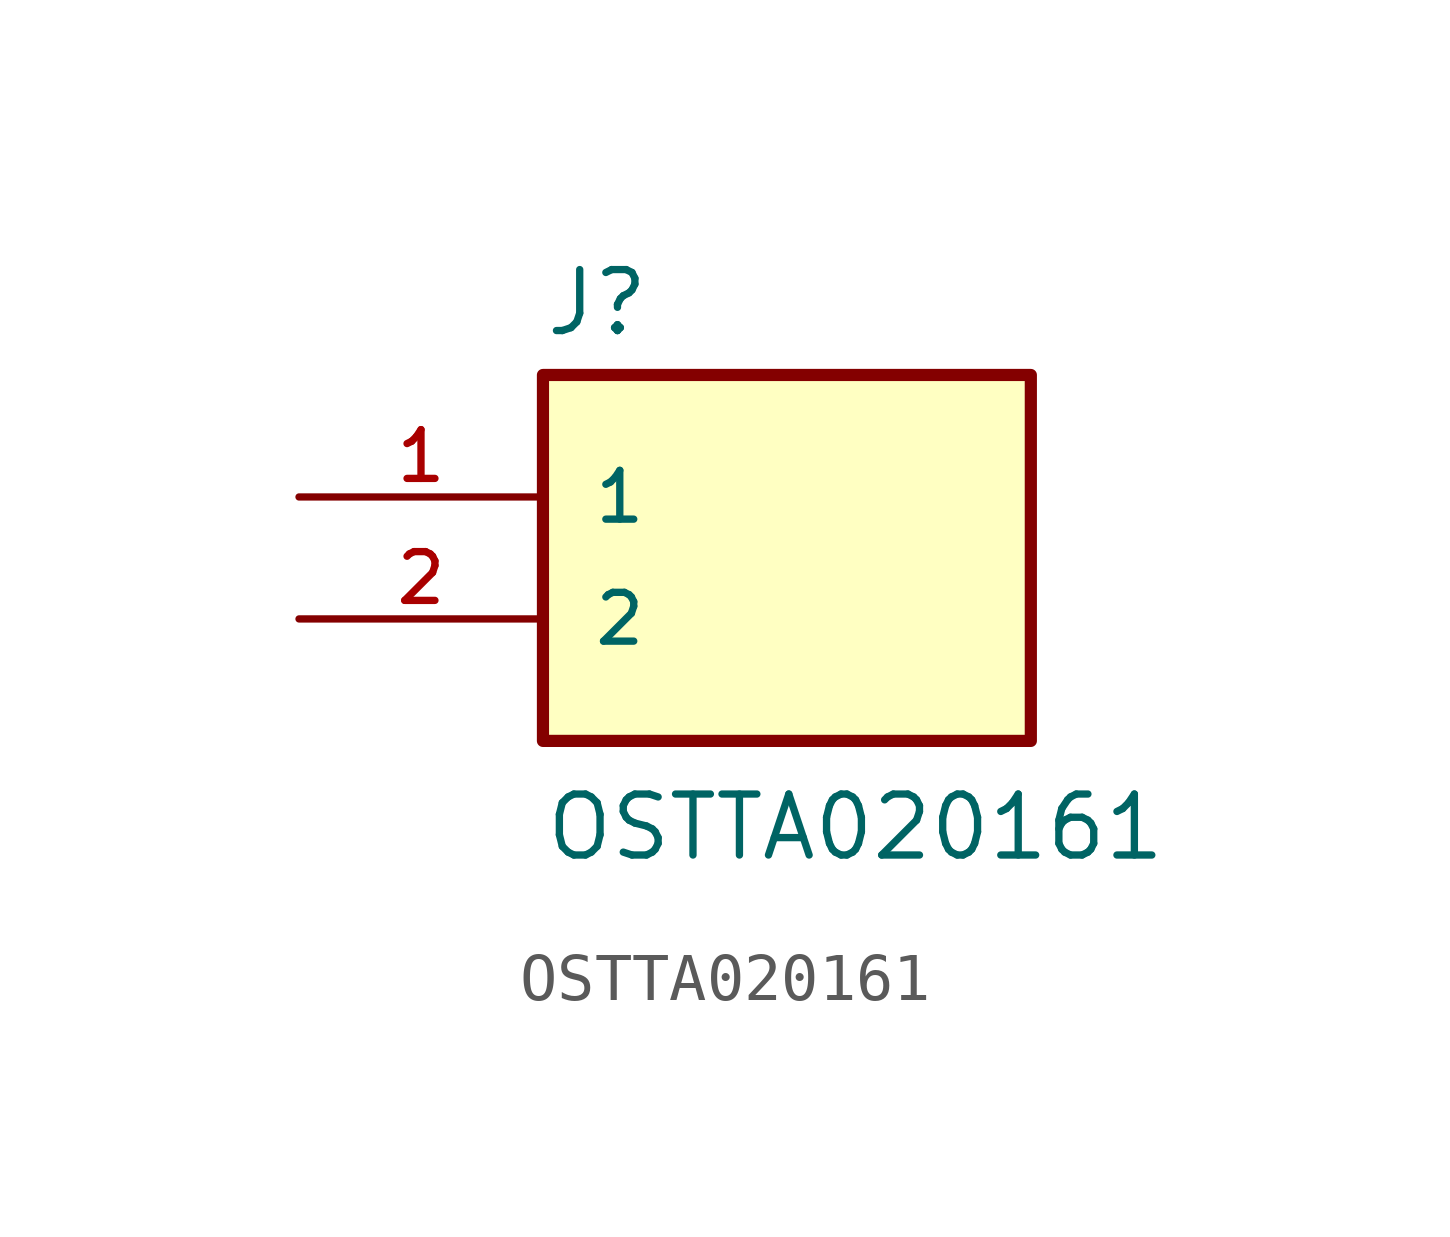
<source format=kicad_sym>
(kicad_symbol_lib
  (version 20211014)
  (generator kicad_symbol_editor)
  (symbol "OSTTA020161"
    (pin_names
      (offset 1.016))
    (property "Reference" "J"
      (at -5.08 5.842 0)
      (effects (font (size 1.27 1.27)) (justify bottom left)))
    (property "Value" "OSTTA020161"
      (at -5.08 -5.08 0)
      (effects (font (size 1.27 1.27)) (justify bottom left)))
    (symbol "OSTTA020161_0_0"
      (rectangle (start -5.08 -2.54) (end 5.08 5.08) (stroke (width 0.254)) (fill (type background)))
      (pin passive line (at -10.16 2.54 0) (length 5.08) (name "1" (effects (font (size 1.016 1.016)))) (number "1" (effects (font (size 1.016 1.016)))))
      (pin passive line (at -10.16 0.0 0) (length 5.08) (name "2" (effects (font (size 1.016 1.016)))) (number "2" (effects (font (size 1.016 1.016))))))))
</source>
